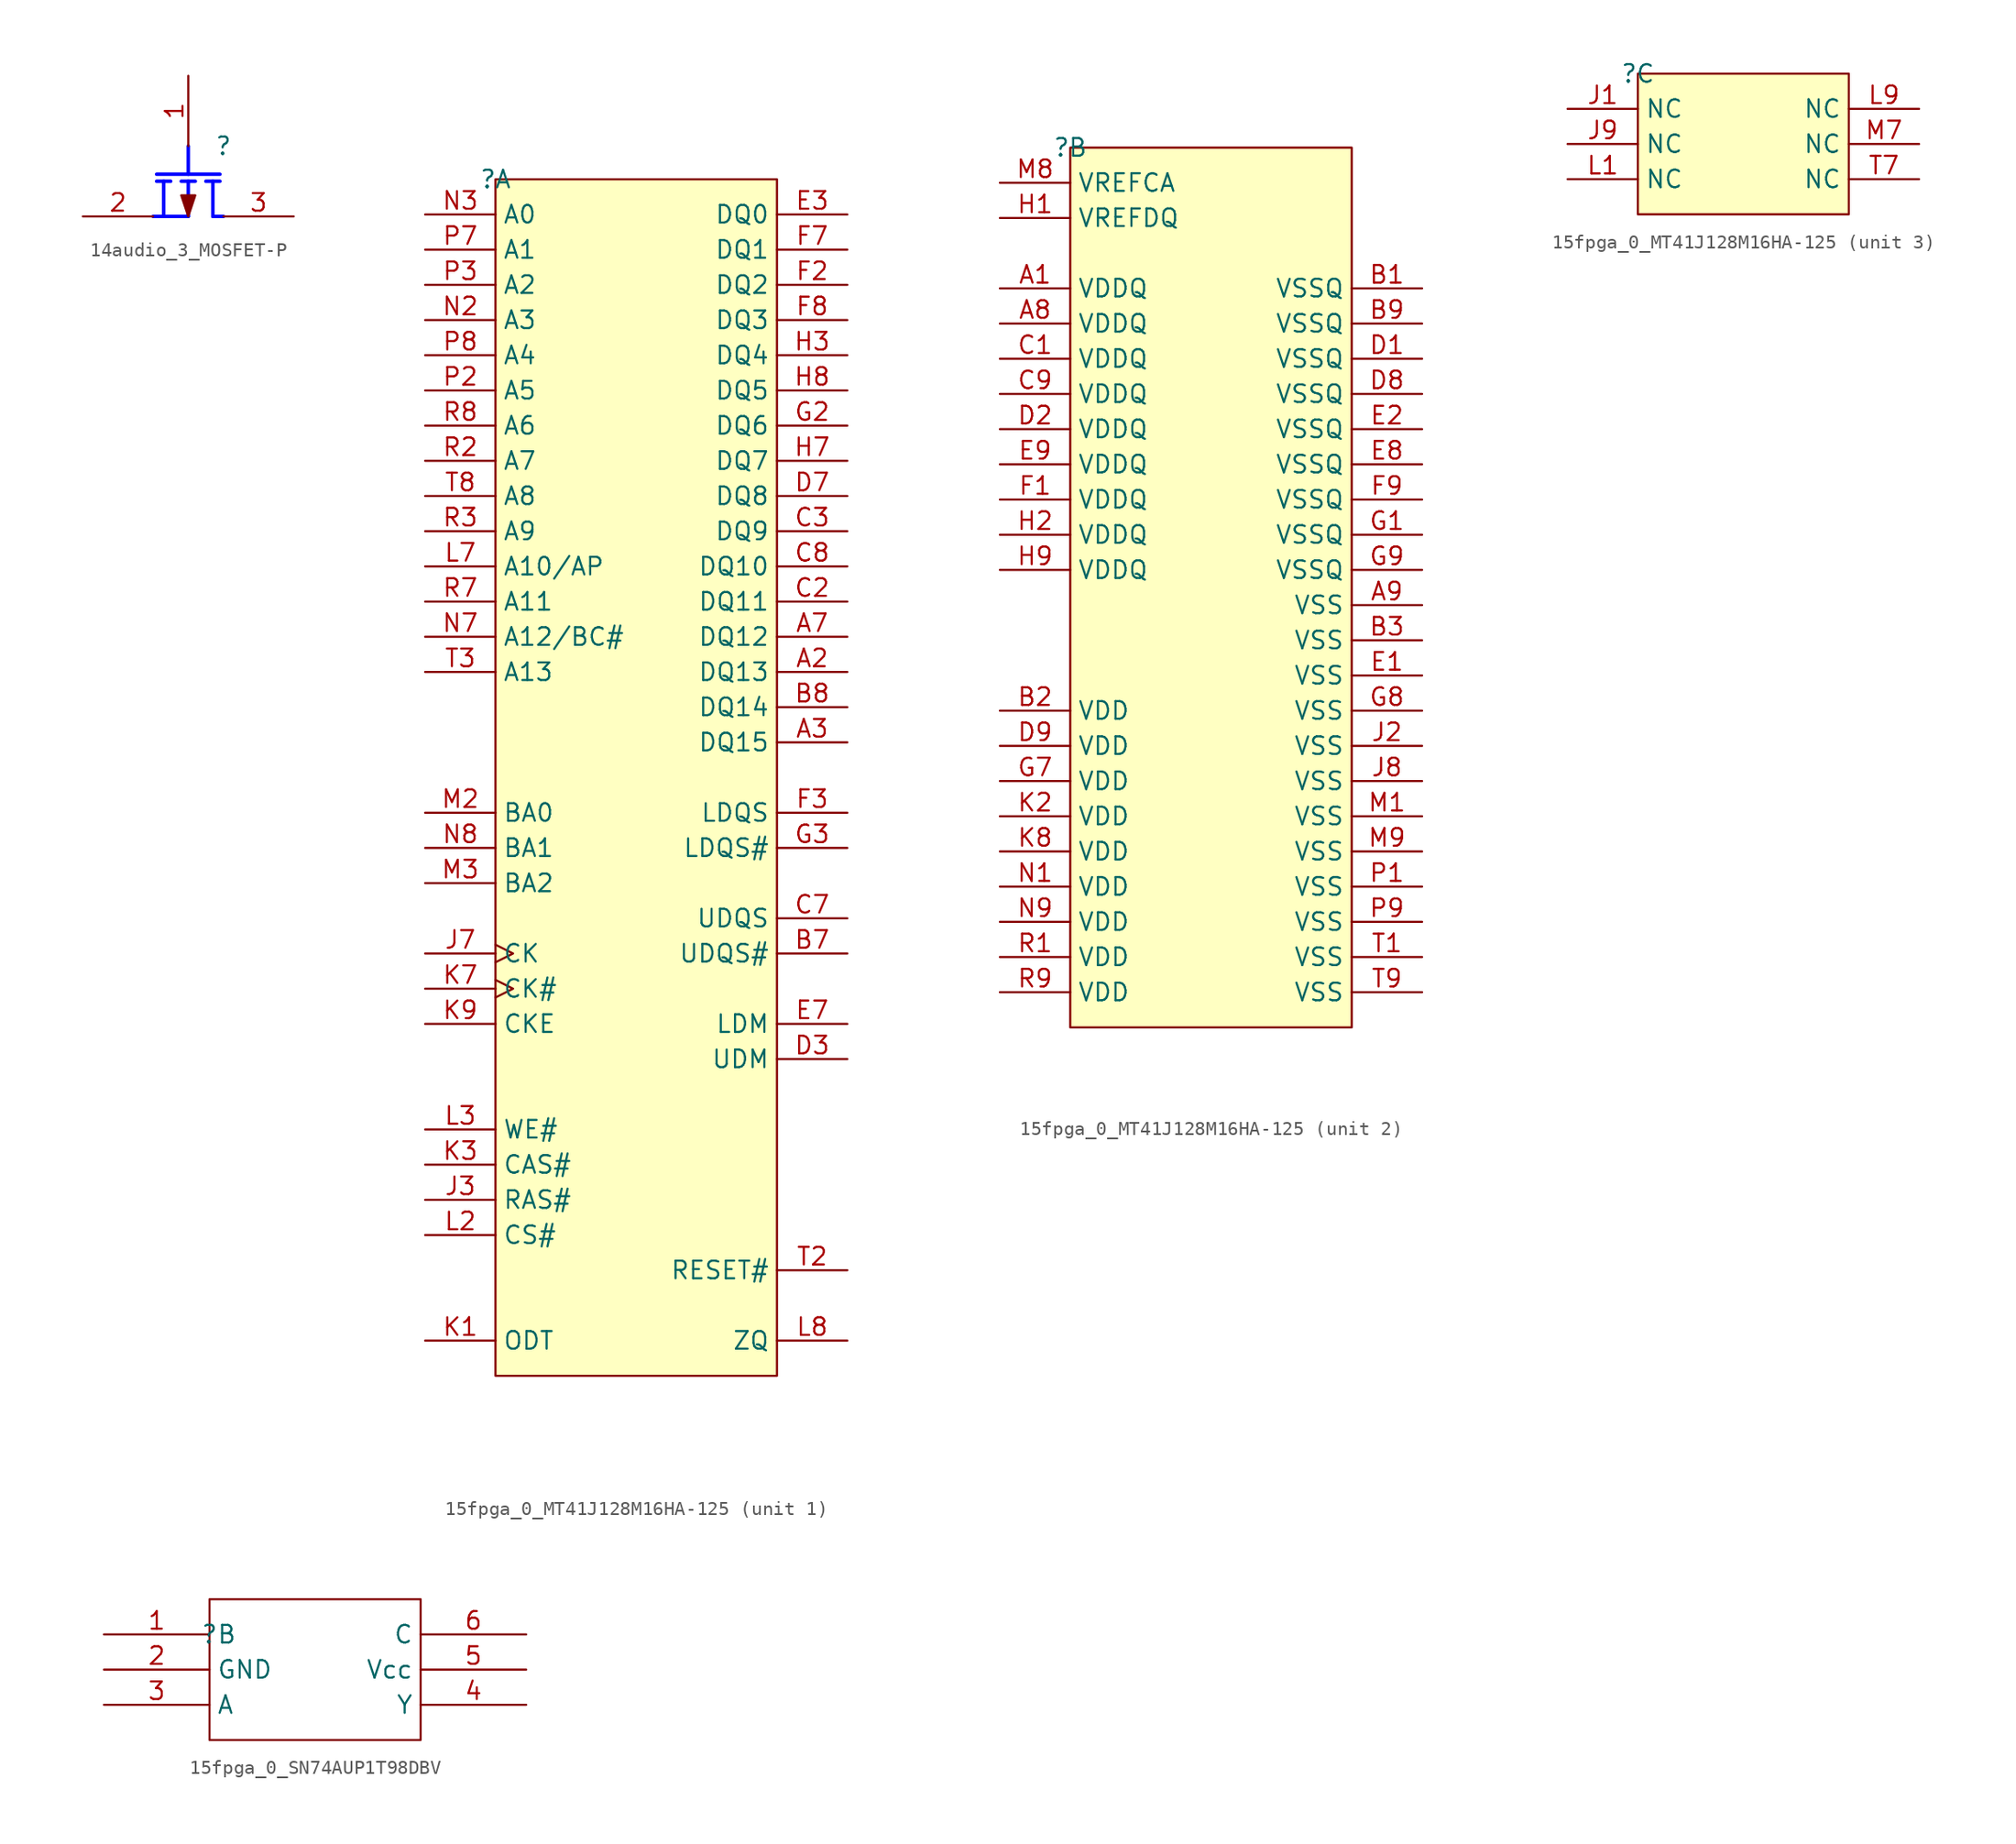
<source format=kicad_sym>
(kicad_symbol_lib
  (version 20220914)
  (generator kicad_symbol_editor)
  (symbol "14audio_3_MOSFET-P"
    (property "Reference" ""
      (at 0 0 0)
      (effects (font (size 1.27 1.27))))
    (property "Value" ""
      (at 0 0 0)
      (effects (font (size 1.27 1.27))))
    (symbol "14audio_3_MOSFET-P_1_0"
      (polyline (pts (xy -4.826 -2.54) (xy -3.81 -2.54)) (stroke (width 0.254) (type solid) (color 0 0 255 1)) (fill (type none)))
      (polyline (pts (xy -4.318 -5.08) (xy -4.318 -2.54)) (stroke (width 0.254) (type solid) (color 0 0 255 1)) (fill (type none)))
      (polyline (pts (xy -3.048 -2.54) (xy -2.032 -2.54)) (stroke (width 0.254) (type solid) (color 0 0 255 1)) (fill (type none)))
      (polyline (pts (xy -2.54 -5.08) (xy -5.08 -5.08)) (stroke (width 0.254) (type solid) (color 0 0 255 1)) (fill (type none)))
      (polyline (pts (xy -2.54 -5.08) (xy -2.54 -2.54)) (stroke (width 0.254) (type solid) (color 0 0 255 1)) (fill (type none)))
      (polyline (pts (xy -2.54 0) (xy -2.54 -2.032)) (stroke (width 0.254) (type solid) (color 0 0 255 1)) (fill (type none)))
      (polyline (pts (xy -1.27 -2.54) (xy -0.254 -2.54)) (stroke (width 0.254) (type solid) (color 0 0 255 1)) (fill (type none)))
      (polyline (pts (xy -0.762 -5.08) (xy -0.762 -2.54)) (stroke (width 0.254) (type solid) (color 0 0 255 1)) (fill (type none)))
      (polyline (pts (xy -0.762 -5.08) (xy 0 -5.08)) (stroke (width 0.254) (type solid) (color 0 0 255 1)) (fill (type none)))
      (polyline (pts (xy -0.254 -2.032) (xy -4.826 -2.032)) (stroke (width 0.254) (type solid) (color 0 0 255 1)) (fill (type none)))
      (polyline (pts (xy -2.54 -5.08) (xy -2.032 -3.556) (xy -3.048 -3.556) (xy -2.54 -5.08)) (stroke (width 0) (type solid)) (fill (type outline)))
      (pin passive line (at -2.54 5.08 270) (length 5.08) (name "G" (effects (font (size 0 0)))) (number "1" (effects (font (size 1.27 1.27)))))
      (pin passive line (at -10.16 -5.08 0) (length 5.08) (name "S" (effects (font (size 0 0)))) (number "2" (effects (font (size 1.27 1.27)))))
      (pin passive line (at 5.08 -5.08 180) (length 5.08) (name "D" (effects (font (size 0 0)))) (number "3" (effects (font (size 1.27 1.27)))))))
  (symbol "15fpga_0_MT41J128M16HA-125"
    (property "Reference" ""
      (at 0 0 0)
      (effects (font (size 1.27 1.27))))
    (property "Value" ""
      (at 0 0 0)
      (effects (font (size 1.27 1.27))))
    (symbol "15fpga_0_MT41J128M16HA-125_1_0"
      (rectangle (start 20.32 0) (end 0 -86.36) (stroke (width 0) (type solid)) (fill (type background)))
      (pin bidirectional line (at 25.4 -35.56 180) (length 5.08) (name "DQ13" (effects (font (size 1.27 1.27)))) (number "A2" (effects (font (size 1.27 1.27)))))
      (pin bidirectional line (at 25.4 -40.64 180) (length 5.08) (name "DQ15" (effects (font (size 1.27 1.27)))) (number "A3" (effects (font (size 1.27 1.27)))))
      (pin bidirectional line (at 25.4 -33.02 180) (length 5.08) (name "DQ12" (effects (font (size 1.27 1.27)))) (number "A7" (effects (font (size 1.27 1.27)))))
      (pin bidirectional line (at 25.4 -55.88 180) (length 5.08) (name "UDQS#" (effects (font (size 1.27 1.27)))) (number "B7" (effects (font (size 1.27 1.27)))))
      (pin bidirectional line (at 25.4 -38.1 180) (length 5.08) (name "DQ14" (effects (font (size 1.27 1.27)))) (number "B8" (effects (font (size 1.27 1.27)))))
      (pin bidirectional line (at 25.4 -30.48 180) (length 5.08) (name "DQ11" (effects (font (size 1.27 1.27)))) (number "C2" (effects (font (size 1.27 1.27)))))
      (pin bidirectional line (at 25.4 -25.4 180) (length 5.08) (name "DQ9" (effects (font (size 1.27 1.27)))) (number "C3" (effects (font (size 1.27 1.27)))))
      (pin bidirectional line (at 25.4 -53.34 180) (length 5.08) (name "UDQS" (effects (font (size 1.27 1.27)))) (number "C7" (effects (font (size 1.27 1.27)))))
      (pin bidirectional line (at 25.4 -27.94 180) (length 5.08) (name "DQ10" (effects (font (size 1.27 1.27)))) (number "C8" (effects (font (size 1.27 1.27)))))
      (pin input line (at 25.4 -63.5 180) (length 5.08) (name "UDM" (effects (font (size 1.27 1.27)))) (number "D3" (effects (font (size 1.27 1.27)))))
      (pin bidirectional line (at 25.4 -22.86 180) (length 5.08) (name "DQ8" (effects (font (size 1.27 1.27)))) (number "D7" (effects (font (size 1.27 1.27)))))
      (pin bidirectional line (at 25.4 -2.54 180) (length 5.08) (name "DQ0" (effects (font (size 1.27 1.27)))) (number "E3" (effects (font (size 1.27 1.27)))))
      (pin input line (at 25.4 -60.96 180) (length 5.08) (name "LDM" (effects (font (size 1.27 1.27)))) (number "E7" (effects (font (size 1.27 1.27)))))
      (pin bidirectional line (at 25.4 -7.62 180) (length 5.08) (name "DQ2" (effects (font (size 1.27 1.27)))) (number "F2" (effects (font (size 1.27 1.27)))))
      (pin bidirectional line (at 25.4 -45.72 180) (length 5.08) (name "LDQS" (effects (font (size 1.27 1.27)))) (number "F3" (effects (font (size 1.27 1.27)))))
      (pin bidirectional line (at 25.4 -5.08 180) (length 5.08) (name "DQ1" (effects (font (size 1.27 1.27)))) (number "F7" (effects (font (size 1.27 1.27)))))
      (pin bidirectional line (at 25.4 -10.16 180) (length 5.08) (name "DQ3" (effects (font (size 1.27 1.27)))) (number "F8" (effects (font (size 1.27 1.27)))))
      (pin bidirectional line (at 25.4 -17.78 180) (length 5.08) (name "DQ6" (effects (font (size 1.27 1.27)))) (number "G2" (effects (font (size 1.27 1.27)))))
      (pin bidirectional line (at 25.4 -48.26 180) (length 5.08) (name "LDQS#" (effects (font (size 1.27 1.27)))) (number "G3" (effects (font (size 1.27 1.27)))))
      (pin bidirectional line (at 25.4 -12.7 180) (length 5.08) (name "DQ4" (effects (font (size 1.27 1.27)))) (number "H3" (effects (font (size 1.27 1.27)))))
      (pin bidirectional line (at 25.4 -20.32 180) (length 5.08) (name "DQ7" (effects (font (size 1.27 1.27)))) (number "H7" (effects (font (size 1.27 1.27)))))
      (pin bidirectional line (at 25.4 -15.24 180) (length 5.08) (name "DQ5" (effects (font (size 1.27 1.27)))) (number "H8" (effects (font (size 1.27 1.27)))))
      (pin input line (at -5.08 -73.66 0) (length 5.08) (name "RAS#" (effects (font (size 1.27 1.27)))) (number "J3" (effects (font (size 1.27 1.27)))))
      (pin input clock (at -5.08 -55.88 0) (length 5.08) (name "CK" (effects (font (size 1.27 1.27)))) (number "J7" (effects (font (size 1.27 1.27)))))
      (pin input line (at -5.08 -83.82 0) (length 5.08) (name "ODT" (effects (font (size 1.27 1.27)))) (number "K1" (effects (font (size 1.27 1.27)))))
      (pin input line (at -5.08 -71.12 0) (length 5.08) (name "CAS#" (effects (font (size 1.27 1.27)))) (number "K3" (effects (font (size 1.27 1.27)))))
      (pin input clock (at -5.08 -58.42 0) (length 5.08) (name "CK#" (effects (font (size 1.27 1.27)))) (number "K7" (effects (font (size 1.27 1.27)))))
      (pin input line (at -5.08 -60.96 0) (length 5.08) (name "CKE" (effects (font (size 1.27 1.27)))) (number "K9" (effects (font (size 1.27 1.27)))))
      (pin input line (at -5.08 -76.2 0) (length 5.08) (name "CS#" (effects (font (size 1.27 1.27)))) (number "L2" (effects (font (size 1.27 1.27)))))
      (pin input line (at -5.08 -68.58 0) (length 5.08) (name "WE#" (effects (font (size 1.27 1.27)))) (number "L3" (effects (font (size 1.27 1.27)))))
      (pin input line (at -5.08 -27.94 0) (length 5.08) (name "A10/AP" (effects (font (size 1.27 1.27)))) (number "L7" (effects (font (size 1.27 1.27)))))
      (pin input line (at 25.4 -83.82 180) (length 5.08) (name "ZQ" (effects (font (size 1.27 1.27)))) (number "L8" (effects (font (size 1.27 1.27)))))
      (pin input line (at -5.08 -45.72 0) (length 5.08) (name "BA0" (effects (font (size 1.27 1.27)))) (number "M2" (effects (font (size 1.27 1.27)))))
      (pin input line (at -5.08 -50.8 0) (length 5.08) (name "BA2" (effects (font (size 1.27 1.27)))) (number "M3" (effects (font (size 1.27 1.27)))))
      (pin input line (at -5.08 -10.16 0) (length 5.08) (name "A3" (effects (font (size 1.27 1.27)))) (number "N2" (effects (font (size 1.27 1.27)))))
      (pin input line (at -5.08 -2.54 0) (length 5.08) (name "A0" (effects (font (size 1.27 1.27)))) (number "N3" (effects (font (size 1.27 1.27)))))
      (pin input line (at -5.08 -33.02 0) (length 5.08) (name "A12/BC#" (effects (font (size 1.27 1.27)))) (number "N7" (effects (font (size 1.27 1.27)))))
      (pin input line (at -5.08 -48.26 0) (length 5.08) (name "BA1" (effects (font (size 1.27 1.27)))) (number "N8" (effects (font (size 1.27 1.27)))))
      (pin input line (at -5.08 -15.24 0) (length 5.08) (name "A5" (effects (font (size 1.27 1.27)))) (number "P2" (effects (font (size 1.27 1.27)))))
      (pin input line (at -5.08 -7.62 0) (length 5.08) (name "A2" (effects (font (size 1.27 1.27)))) (number "P3" (effects (font (size 1.27 1.27)))))
      (pin input line (at -5.08 -5.08 0) (length 5.08) (name "A1" (effects (font (size 1.27 1.27)))) (number "P7" (effects (font (size 1.27 1.27)))))
      (pin input line (at -5.08 -12.7 0) (length 5.08) (name "A4" (effects (font (size 1.27 1.27)))) (number "P8" (effects (font (size 1.27 1.27)))))
      (pin input line (at -5.08 -20.32 0) (length 5.08) (name "A7" (effects (font (size 1.27 1.27)))) (number "R2" (effects (font (size 1.27 1.27)))))
      (pin input line (at -5.08 -25.4 0) (length 5.08) (name "A9" (effects (font (size 1.27 1.27)))) (number "R3" (effects (font (size 1.27 1.27)))))
      (pin input line (at -5.08 -30.48 0) (length 5.08) (name "A11" (effects (font (size 1.27 1.27)))) (number "R7" (effects (font (size 1.27 1.27)))))
      (pin input line (at -5.08 -17.78 0) (length 5.08) (name "A6" (effects (font (size 1.27 1.27)))) (number "R8" (effects (font (size 1.27 1.27)))))
      (pin input line (at 25.4 -78.74 180) (length 5.08) (name "RESET#" (effects (font (size 1.27 1.27)))) (number "T2" (effects (font (size 1.27 1.27)))))
      (pin input line (at -5.08 -35.56 0) (length 5.08) (name "A13" (effects (font (size 1.27 1.27)))) (number "T3" (effects (font (size 1.27 1.27)))))
      (pin input line (at -5.08 -22.86 0) (length 5.08) (name "A8" (effects (font (size 1.27 1.27)))) (number "T8" (effects (font (size 1.27 1.27))))))
    (symbol "15fpga_0_MT41J128M16HA-125_2_0"
      (rectangle (start 20.32 0) (end 0 -63.5) (stroke (width 0) (type solid)) (fill (type background)))
      (pin power_in line (at -5.08 -10.16 0) (length 5.08) (name "VDDQ" (effects (font (size 1.27 1.27)))) (number "A1" (effects (font (size 1.27 1.27)))))
      (pin power_in line (at -5.08 -12.7 0) (length 5.08) (name "VDDQ" (effects (font (size 1.27 1.27)))) (number "A8" (effects (font (size 1.27 1.27)))))
      (pin power_in line (at 25.4 -33.02 180) (length 5.08) (name "VSS" (effects (font (size 1.27 1.27)))) (number "A9" (effects (font (size 1.27 1.27)))))
      (pin power_in line (at 25.4 -10.16 180) (length 5.08) (name "VSSQ" (effects (font (size 1.27 1.27)))) (number "B1" (effects (font (size 1.27 1.27)))))
      (pin power_in line (at -5.08 -40.64 0) (length 5.08) (name "VDD" (effects (font (size 1.27 1.27)))) (number "B2" (effects (font (size 1.27 1.27)))))
      (pin power_in line (at 25.4 -35.56 180) (length 5.08) (name "VSS" (effects (font (size 1.27 1.27)))) (number "B3" (effects (font (size 1.27 1.27)))))
      (pin power_in line (at 25.4 -12.7 180) (length 5.08) (name "VSSQ" (effects (font (size 1.27 1.27)))) (number "B9" (effects (font (size 1.27 1.27)))))
      (pin power_in line (at -5.08 -15.24 0) (length 5.08) (name "VDDQ" (effects (font (size 1.27 1.27)))) (number "C1" (effects (font (size 1.27 1.27)))))
      (pin power_in line (at -5.08 -17.78 0) (length 5.08) (name "VDDQ" (effects (font (size 1.27 1.27)))) (number "C9" (effects (font (size 1.27 1.27)))))
      (pin power_in line (at 25.4 -15.24 180) (length 5.08) (name "VSSQ" (effects (font (size 1.27 1.27)))) (number "D1" (effects (font (size 1.27 1.27)))))
      (pin power_in line (at -5.08 -20.32 0) (length 5.08) (name "VDDQ" (effects (font (size 1.27 1.27)))) (number "D2" (effects (font (size 1.27 1.27)))))
      (pin power_in line (at 25.4 -17.78 180) (length 5.08) (name "VSSQ" (effects (font (size 1.27 1.27)))) (number "D8" (effects (font (size 1.27 1.27)))))
      (pin power_in line (at -5.08 -43.18 0) (length 5.08) (name "VDD" (effects (font (size 1.27 1.27)))) (number "D9" (effects (font (size 1.27 1.27)))))
      (pin power_in line (at 25.4 -38.1 180) (length 5.08) (name "VSS" (effects (font (size 1.27 1.27)))) (number "E1" (effects (font (size 1.27 1.27)))))
      (pin power_in line (at 25.4 -20.32 180) (length 5.08) (name "VSSQ" (effects (font (size 1.27 1.27)))) (number "E2" (effects (font (size 1.27 1.27)))))
      (pin power_in line (at 25.4 -22.86 180) (length 5.08) (name "VSSQ" (effects (font (size 1.27 1.27)))) (number "E8" (effects (font (size 1.27 1.27)))))
      (pin power_in line (at -5.08 -22.86 0) (length 5.08) (name "VDDQ" (effects (font (size 1.27 1.27)))) (number "E9" (effects (font (size 1.27 1.27)))))
      (pin power_in line (at -5.08 -25.4 0) (length 5.08) (name "VDDQ" (effects (font (size 1.27 1.27)))) (number "F1" (effects (font (size 1.27 1.27)))))
      (pin power_in line (at 25.4 -25.4 180) (length 5.08) (name "VSSQ" (effects (font (size 1.27 1.27)))) (number "F9" (effects (font (size 1.27 1.27)))))
      (pin power_in line (at 25.4 -27.94 180) (length 5.08) (name "VSSQ" (effects (font (size 1.27 1.27)))) (number "G1" (effects (font (size 1.27 1.27)))))
      (pin power_in line (at -5.08 -45.72 0) (length 5.08) (name "VDD" (effects (font (size 1.27 1.27)))) (number "G7" (effects (font (size 1.27 1.27)))))
      (pin power_in line (at 25.4 -40.64 180) (length 5.08) (name "VSS" (effects (font (size 1.27 1.27)))) (number "G8" (effects (font (size 1.27 1.27)))))
      (pin power_in line (at 25.4 -30.48 180) (length 5.08) (name "VSSQ" (effects (font (size 1.27 1.27)))) (number "G9" (effects (font (size 1.27 1.27)))))
      (pin input line (at -5.08 -5.08 0) (length 5.08) (name "VREFDQ" (effects (font (size 1.27 1.27)))) (number "H1" (effects (font (size 1.27 1.27)))))
      (pin power_in line (at -5.08 -27.94 0) (length 5.08) (name "VDDQ" (effects (font (size 1.27 1.27)))) (number "H2" (effects (font (size 1.27 1.27)))))
      (pin power_in line (at -5.08 -30.48 0) (length 5.08) (name "VDDQ" (effects (font (size 1.27 1.27)))) (number "H9" (effects (font (size 1.27 1.27)))))
      (pin power_in line (at 25.4 -43.18 180) (length 5.08) (name "VSS" (effects (font (size 1.27 1.27)))) (number "J2" (effects (font (size 1.27 1.27)))))
      (pin power_in line (at 25.4 -45.72 180) (length 5.08) (name "VSS" (effects (font (size 1.27 1.27)))) (number "J8" (effects (font (size 1.27 1.27)))))
      (pin power_in line (at -5.08 -48.26 0) (length 5.08) (name "VDD" (effects (font (size 1.27 1.27)))) (number "K2" (effects (font (size 1.27 1.27)))))
      (pin power_in line (at -5.08 -50.8 0) (length 5.08) (name "VDD" (effects (font (size 1.27 1.27)))) (number "K8" (effects (font (size 1.27 1.27)))))
      (pin power_in line (at 25.4 -48.26 180) (length 5.08) (name "VSS" (effects (font (size 1.27 1.27)))) (number "M1" (effects (font (size 1.27 1.27)))))
      (pin input line (at -5.08 -2.54 0) (length 5.08) (name "VREFCA" (effects (font (size 1.27 1.27)))) (number "M8" (effects (font (size 1.27 1.27)))))
      (pin power_in line (at 25.4 -50.8 180) (length 5.08) (name "VSS" (effects (font (size 1.27 1.27)))) (number "M9" (effects (font (size 1.27 1.27)))))
      (pin power_in line (at -5.08 -53.34 0) (length 5.08) (name "VDD" (effects (font (size 1.27 1.27)))) (number "N1" (effects (font (size 1.27 1.27)))))
      (pin power_in line (at -5.08 -55.88 0) (length 5.08) (name "VDD" (effects (font (size 1.27 1.27)))) (number "N9" (effects (font (size 1.27 1.27)))))
      (pin power_in line (at 25.4 -53.34 180) (length 5.08) (name "VSS" (effects (font (size 1.27 1.27)))) (number "P1" (effects (font (size 1.27 1.27)))))
      (pin power_in line (at 25.4 -55.88 180) (length 5.08) (name "VSS" (effects (font (size 1.27 1.27)))) (number "P9" (effects (font (size 1.27 1.27)))))
      (pin power_in line (at -5.08 -58.42 0) (length 5.08) (name "VDD" (effects (font (size 1.27 1.27)))) (number "R1" (effects (font (size 1.27 1.27)))))
      (pin power_in line (at -5.08 -60.96 0) (length 5.08) (name "VDD" (effects (font (size 1.27 1.27)))) (number "R9" (effects (font (size 1.27 1.27)))))
      (pin power_in line (at 25.4 -58.42 180) (length 5.08) (name "VSS" (effects (font (size 1.27 1.27)))) (number "T1" (effects (font (size 1.27 1.27)))))
      (pin power_in line (at 25.4 -60.96 180) (length 5.08) (name "VSS" (effects (font (size 1.27 1.27)))) (number "T9" (effects (font (size 1.27 1.27))))))
    (symbol "15fpga_0_MT41J128M16HA-125_3_0"
      (rectangle (start 15.24 0) (end 0 -10.16) (stroke (width 0) (type solid)) (fill (type background)))
      (pin passive line (at -5.08 -2.54 0) (length 5.08) (name "NC" (effects (font (size 1.27 1.27)))) (number "J1" (effects (font (size 1.27 1.27)))))
      (pin passive line (at -5.08 -5.08 0) (length 5.08) (name "NC" (effects (font (size 1.27 1.27)))) (number "J9" (effects (font (size 1.27 1.27)))))
      (pin passive line (at -5.08 -7.62 0) (length 5.08) (name "NC" (effects (font (size 1.27 1.27)))) (number "L1" (effects (font (size 1.27 1.27)))))
      (pin passive line (at 20.32 -2.54 180) (length 5.08) (name "NC" (effects (font (size 1.27 1.27)))) (number "L9" (effects (font (size 1.27 1.27)))))
      (pin passive line (at 20.32 -5.08 180) (length 5.08) (name "NC" (effects (font (size 1.27 1.27)))) (number "M7" (effects (font (size 1.27 1.27)))))
      (pin passive line (at 20.32 -7.62 180) (length 5.08) (name "NC" (effects (font (size 1.27 1.27)))) (number "T7" (effects (font (size 1.27 1.27)))))))
  (symbol "15fpga_0_SN74AUP1T98DBV"
    (property "Reference" ""
      (at 0 0 0)
      (effects (font (size 1.27 1.27))))
    (property "Value" ""
      (at 0 0 0)
      (effects (font (size 1.27 1.27))))
    (symbol "15fpga_0_SN74AUP1T98DBV_1_0"
      (rectangle (start 15.24 2.54) (end 0 -7.62) (stroke (width 0) (type solid)) (fill (type none)))
      (pin input line (at -7.62 0 0) (length 7.62) (name "B" (effects (font (size 1.27 1.27)))) (number "1" (effects (font (size 1.27 1.27)))))
      (pin power_in line (at -7.62 -2.54 0) (length 7.62) (name "GND" (effects (font (size 1.27 1.27)))) (number "2" (effects (font (size 1.27 1.27)))))
      (pin input line (at -7.62 -5.08 0) (length 7.62) (name "A" (effects (font (size 1.27 1.27)))) (number "3" (effects (font (size 1.27 1.27)))))
      (pin output line (at 22.86 -5.08 180) (length 7.62) (name "Y" (effects (font (size 1.27 1.27)))) (number "4" (effects (font (size 1.27 1.27)))))
      (pin power_in line (at 22.86 -2.54 180) (length 7.62) (name "Vcc" (effects (font (size 1.27 1.27)))) (number "5" (effects (font (size 1.27 1.27)))))
      (pin input line (at 22.86 0 180) (length 7.62) (name "C" (effects (font (size 1.27 1.27)))) (number "6" (effects (font (size 1.27 1.27))))))))
</source>
